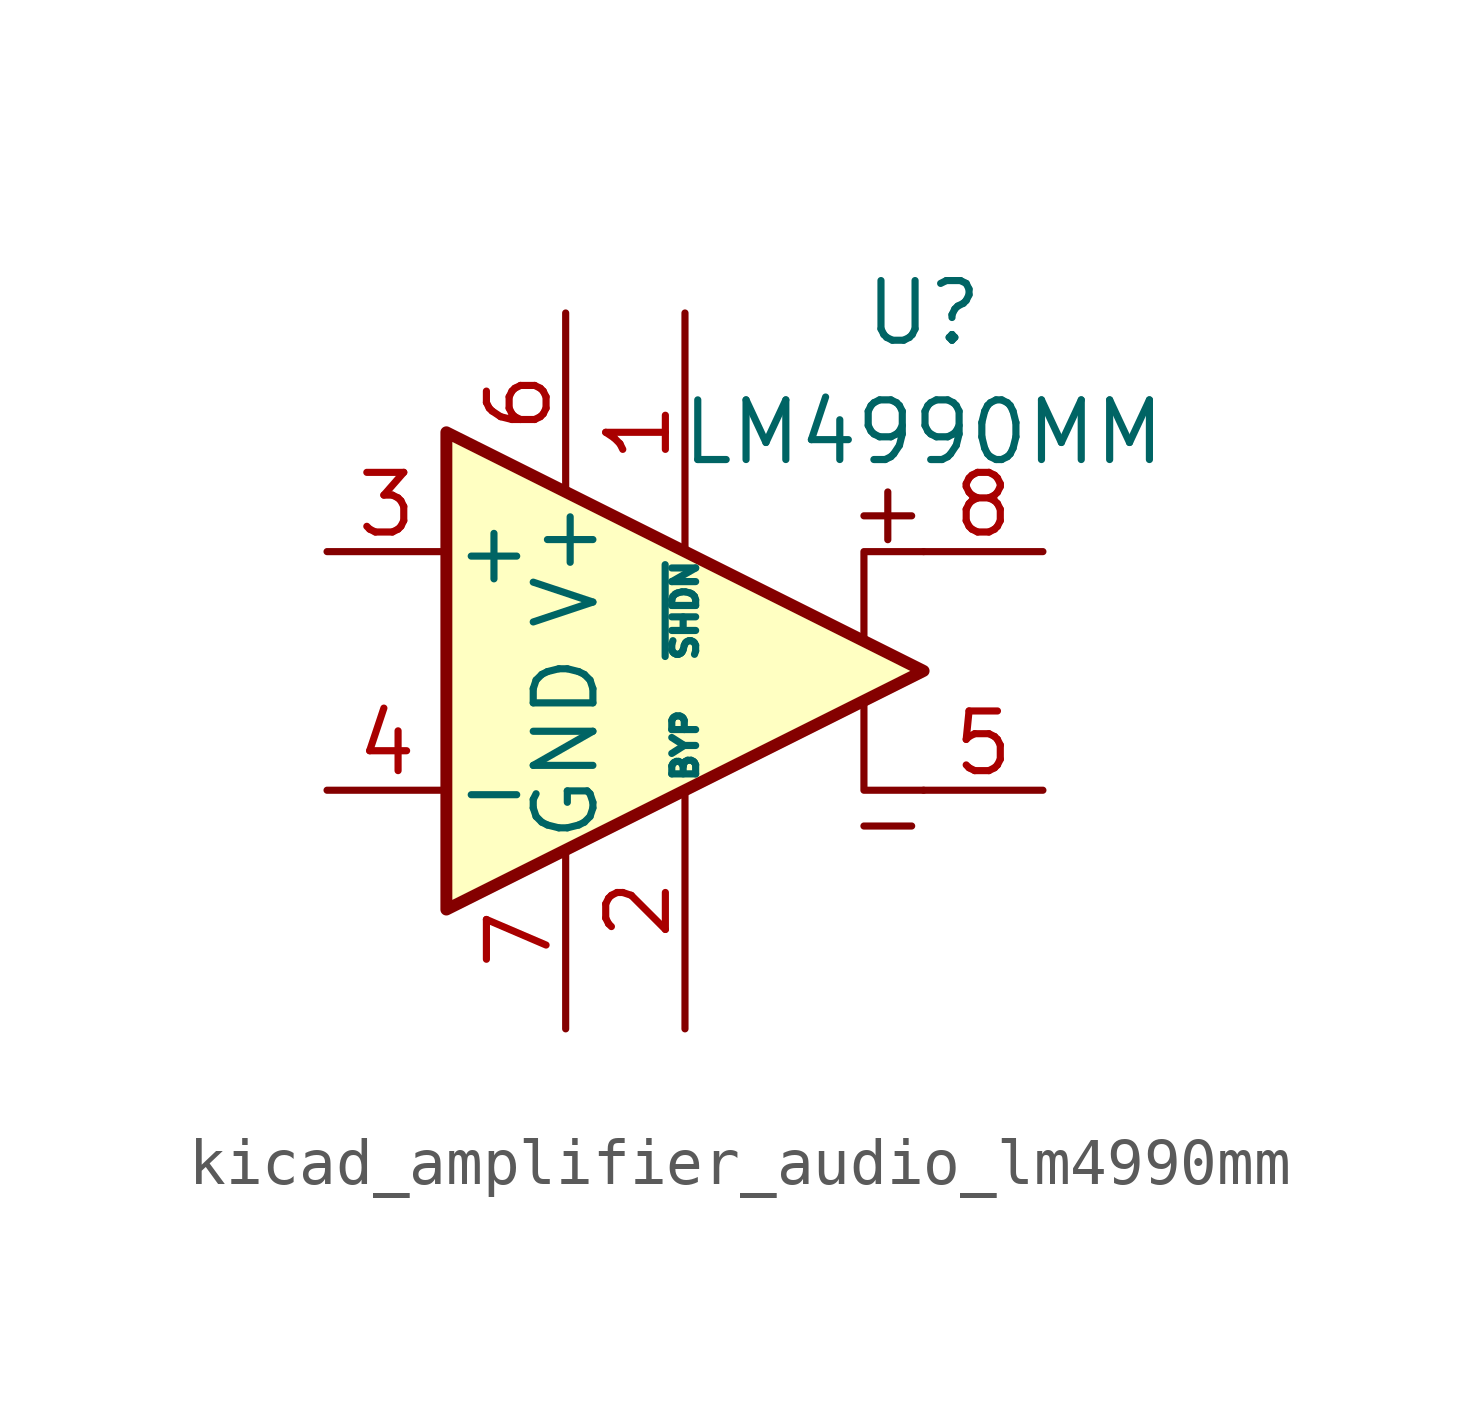
<source format=kicad_sym>
(kicad_symbol_lib
  (version 20220914)
  (generator kicad_symbol_editor)
  (symbol "kicad_amplifier_audio_lm4990mm"
    (pin_names
      (offset 0.127))
    (property "Reference" "U"
      (at 5.08 7.62 0)
      (effects (font (size 1.27 1.27))))
    (property "Value" "LM4990MM"
      (at 5.08 5.08 0)
      (effects (font (size 1.27 1.27))))
    (symbol "kicad_amplifier_audio_lm4990mm_0_1"
      (polyline (pts (xy 3.81 -0.635) (xy 3.81 -2.54) (xy 5.08 -2.54)) (stroke (width 0) (type default)) (fill (type none)))
      (polyline (pts (xy 5.08 2.54) (xy 3.81 2.54) (xy 3.81 0.635)) (stroke (width 0) (type default)) (fill (type none)))
      (polyline (pts (xy -5.08 5.08) (xy 5.08 0) (xy -5.08 -5.08) (xy -5.08 5.08)) (stroke (width 0.254) (type default)) (fill (type background))))
    (symbol "kicad_amplifier_audio_lm4990mm_1_1"
      (polyline (pts (xy 3.81 -3.302) (xy 4.826 -3.302)) (stroke (width 0) (type default)) (fill (type none)))
      (polyline (pts (xy 4.318 3.81) (xy 4.318 2.794)) (stroke (width 0) (type default)) (fill (type none)))
      (polyline (pts (xy 4.826 3.302) (xy 3.81 3.302)) (stroke (width 0) (type default)) (fill (type none)))
      (pin output line (at 0 7.62 270) (length 5.08) (name "~{SHDN}" (effects (font (size 0.508 0.508)))) (number "1" (effects (font (size 1.27 1.27)))))
      (pin input line (at 0 -7.62 90) (length 5.08) (name "BYP" (effects (font (size 0.508 0.508)))) (number "2" (effects (font (size 1.27 1.27)))))
      (pin input line (at -7.62 2.54 0) (length 2.54) (name "+" (effects (font (size 1.27 1.27)))) (number "3" (effects (font (size 1.27 1.27)))))
      (pin input line (at -7.62 -2.54 0) (length 2.54) (name "-" (effects (font (size 1.27 1.27)))) (number "4" (effects (font (size 1.27 1.27)))))
      (pin output line (at 7.62 -2.54 180) (length 2.54) (name "~" (effects (font (size 1.27 1.27)))) (number "5" (effects (font (size 1.27 1.27)))))
      (pin power_in line (at -2.54 7.62 270) (length 3.81) (name "V+" (effects (font (size 1.27 1.27)))) (number "6" (effects (font (size 1.27 1.27)))))
      (pin power_in line (at -2.54 -7.62 90) (length 3.81) (name "GND" (effects (font (size 1.27 1.27)))) (number "7" (effects (font (size 1.27 1.27)))))
      (pin output line (at 7.62 2.54 180) (length 2.54) (name "~" (effects (font (size 1.27 1.27)))) (number "8" (effects (font (size 1.27 1.27))))))))
</source>
